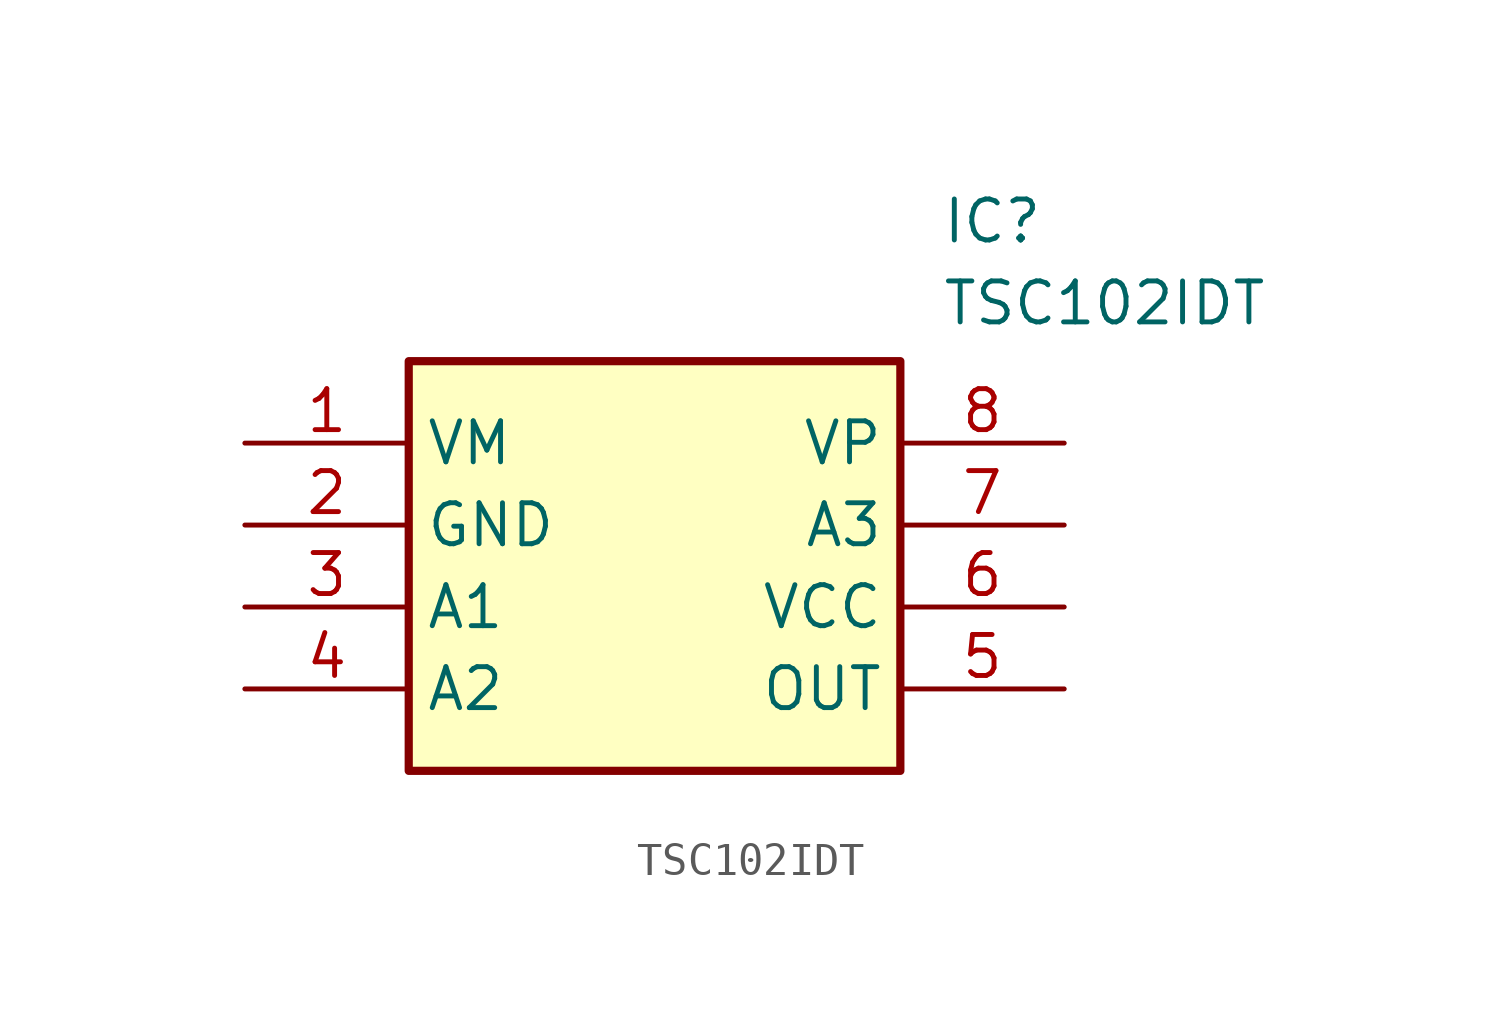
<source format=kicad_sym>
(kicad_symbol_lib
  (version 20211014)
  (generator SamacSys_ECAD_Model)
  (symbol "TSC102IDT"
    (property "Reference" "IC"
      (at 21.59 7.62 0)
      (effects (font (size 1.27 1.27)) (justify left top)))
    (property "Value" "TSC102IDT"
      (at 21.59 5.08 0)
      (effects (font (size 1.27 1.27)) (justify left top)))
    (rectangle
      (start 5.08 2.54)
      (end 20.32 -10.16)
      (stroke (width 0.254) (type default))
      (fill (type background)))
    (pin passive line
      (at 0 0 0)
      (length 5.08)
      (name "VM" (effects (font (size 1.27 1.27))))
      (number "1" (effects (font (size 1.27 1.27)))))
    (pin passive line
      (at 0 -2.54 0)
      (length 5.08)
      (name "GND" (effects (font (size 1.27 1.27))))
      (number "2" (effects (font (size 1.27 1.27)))))
    (pin passive line
      (at 0 -5.08 0)
      (length 5.08)
      (name "A1" (effects (font (size 1.27 1.27))))
      (number "3" (effects (font (size 1.27 1.27)))))
    (pin passive line
      (at 0 -7.62 0)
      (length 5.08)
      (name "A2" (effects (font (size 1.27 1.27))))
      (number "4" (effects (font (size 1.27 1.27)))))
    (pin passive line
      (at 25.4 0 180)
      (length 5.08)
      (name "VP" (effects (font (size 1.27 1.27))))
      (number "8" (effects (font (size 1.27 1.27)))))
    (pin passive line
      (at 25.4 -2.54 180)
      (length 5.08)
      (name "A3" (effects (font (size 1.27 1.27))))
      (number "7" (effects (font (size 1.27 1.27)))))
    (pin passive line
      (at 25.4 -5.08 180)
      (length 5.08)
      (name "VCC" (effects (font (size 1.27 1.27))))
      (number "6" (effects (font (size 1.27 1.27)))))
    (pin passive line
      (at 25.4 -7.62 180)
      (length 5.08)
      (name "OUT" (effects (font (size 1.27 1.27))))
      (number "5" (effects (font (size 1.27 1.27)))))))
</source>
